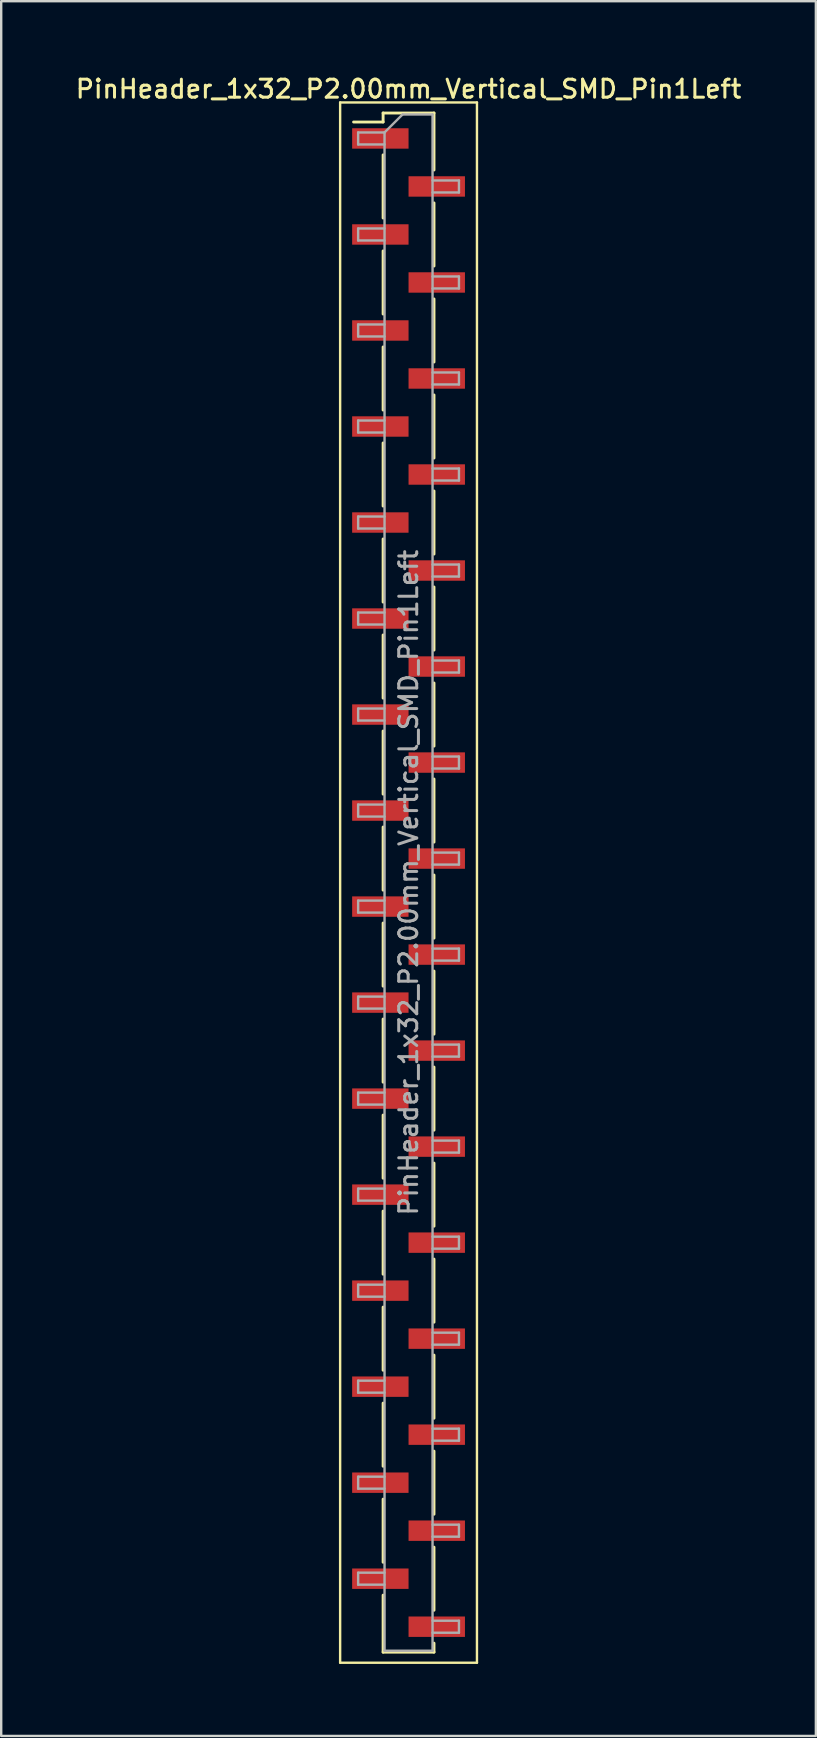
<source format=kicad_pcb>
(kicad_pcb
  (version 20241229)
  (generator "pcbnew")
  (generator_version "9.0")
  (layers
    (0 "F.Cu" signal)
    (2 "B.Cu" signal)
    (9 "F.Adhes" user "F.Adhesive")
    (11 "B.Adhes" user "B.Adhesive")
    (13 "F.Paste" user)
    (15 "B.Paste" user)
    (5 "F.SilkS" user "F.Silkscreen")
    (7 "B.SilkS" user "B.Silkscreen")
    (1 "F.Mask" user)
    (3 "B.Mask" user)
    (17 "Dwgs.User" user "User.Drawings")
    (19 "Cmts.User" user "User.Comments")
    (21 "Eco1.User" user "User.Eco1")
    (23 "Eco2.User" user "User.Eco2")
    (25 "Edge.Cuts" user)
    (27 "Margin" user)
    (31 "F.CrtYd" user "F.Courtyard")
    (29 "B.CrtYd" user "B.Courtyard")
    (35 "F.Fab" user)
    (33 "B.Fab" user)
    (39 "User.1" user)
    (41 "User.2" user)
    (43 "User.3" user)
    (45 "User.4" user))
  (footprint "PinHeader_1x32_P2.00mm_Vertical_SMD_Pin1Left"
    (layer "F.Cu")
    (at 13.97 33.718)
    (property "Reference" "PinHeader_1x32_P2.00mm_Vertical_SMD_Pin1Left" (at 0 -33.06 0) (layer "F.SilkS") (effects (font (size 0.75 0.75) (thickness 0.125))))
    (attr smd)
    (fp_line (start -2.85 -32.5) (end -2.85 32.5) (stroke (width 0.1) (type solid)) (layer "F.SilkS"))
    (fp_line (start -2.85 32.5) (end 2.85 32.5) (stroke (width 0.1) (type solid)) (layer "F.SilkS"))
    (fp_line (start -1.06 -32.06) (end -1.06 -31.685) (stroke (width 0.12) (type solid)) (layer "F.SilkS"))
    (fp_line (start -1.06 -32.06) (end 1.06 -32.06) (stroke (width 0.12) (type solid)) (layer "F.SilkS"))
    (fp_line (start -1.06 -31.685) (end -2.29 -31.685) (stroke (width 0.12) (type solid)) (layer "F.SilkS"))
    (fp_line (start -1.06 -30.315) (end -1.06 -27.685) (stroke (width 0.12) (type solid)) (layer "F.SilkS"))
    (fp_line (start -1.06 -26.315) (end -1.06 -23.685) (stroke (width 0.12) (type solid)) (layer "F.SilkS"))
    (fp_line (start -1.06 -22.315) (end -1.06 -19.685) (stroke (width 0.12) (type solid)) (layer "F.SilkS"))
    (fp_line (start -1.06 -18.315) (end -1.06 -15.685) (stroke (width 0.12) (type solid)) (layer "F.SilkS"))
    (fp_line (start -1.06 -14.315) (end -1.06 -11.685) (stroke (width 0.12) (type solid)) (layer "F.SilkS"))
    (fp_line (start -1.06 -10.315) (end -1.06 -7.685) (stroke (width 0.12) (type solid)) (layer "F.SilkS"))
    (fp_line (start -1.06 -6.315) (end -1.06 -3.685) (stroke (width 0.12) (type solid)) (layer "F.SilkS"))
    (fp_line (start -1.06 -2.315) (end -1.06 0.315) (stroke (width 0.12) (type solid)) (layer "F.SilkS"))
    (fp_line (start -1.06 1.685) (end -1.06 4.315) (stroke (width 0.12) (type solid)) (layer "F.SilkS"))
    (fp_line (start -1.06 5.685) (end -1.06 8.315) (stroke (width 0.12) (type solid)) (layer "F.SilkS"))
    (fp_line (start -1.06 9.685) (end -1.06 12.315) (stroke (width 0.12) (type solid)) (layer "F.SilkS"))
    (fp_line (start -1.06 13.685) (end -1.06 16.315) (stroke (width 0.12) (type solid)) (layer "F.SilkS"))
    (fp_line (start -1.06 17.685) (end -1.06 20.315) (stroke (width 0.12) (type solid)) (layer "F.SilkS"))
    (fp_line (start -1.06 21.685) (end -1.06 24.315) (stroke (width 0.12) (type solid)) (layer "F.SilkS"))
    (fp_line (start -1.06 25.685) (end -1.06 28.315) (stroke (width 0.12) (type solid)) (layer "F.SilkS"))
    (fp_line (start -1.06 29.685) (end -1.06 32.06) (stroke (width 0.12) (type solid)) (layer "F.SilkS"))
    (fp_line (start -1.06 32.06) (end 1.06 32.06) (stroke (width 0.12) (type solid)) (layer "F.SilkS"))
    (fp_line (start 1.06 -32.06) (end 1.06 -29.685) (stroke (width 0.12) (type solid)) (layer "F.SilkS"))
    (fp_line (start 1.06 -28.315) (end 1.06 -25.685) (stroke (width 0.12) (type solid)) (layer "F.SilkS"))
    (fp_line (start 1.06 -24.315) (end 1.06 -21.685) (stroke (width 0.12) (type solid)) (layer "F.SilkS"))
    (fp_line (start 1.06 -20.315) (end 1.06 -17.685) (stroke (width 0.12) (type solid)) (layer "F.SilkS"))
    (fp_line (start 1.06 -16.315) (end 1.06 -13.685) (stroke (width 0.12) (type solid)) (layer "F.SilkS"))
    (fp_line (start 1.06 -12.315) (end 1.06 -9.685) (stroke (width 0.12) (type solid)) (layer "F.SilkS"))
    (fp_line (start 1.06 -8.315) (end 1.06 -5.685) (stroke (width 0.12) (type solid)) (layer "F.SilkS"))
    (fp_line (start 1.06 -4.315) (end 1.06 -1.685) (stroke (width 0.12) (type solid)) (layer "F.SilkS"))
    (fp_line (start 1.06 -0.315) (end 1.06 2.315) (stroke (width 0.12) (type solid)) (layer "F.SilkS"))
    (fp_line (start 1.06 3.685) (end 1.06 6.315) (stroke (width 0.12) (type solid)) (layer "F.SilkS"))
    (fp_line (start 1.06 7.685) (end 1.06 10.315) (stroke (width 0.12) (type solid)) (layer "F.SilkS"))
    (fp_line (start 1.06 11.685) (end 1.06 14.315) (stroke (width 0.12) (type solid)) (layer "F.SilkS"))
    (fp_line (start 1.06 15.685) (end 1.06 18.315) (stroke (width 0.12) (type solid)) (layer "F.SilkS"))
    (fp_line (start 1.06 19.685) (end 1.06 22.315) (stroke (width 0.12) (type solid)) (layer "F.SilkS"))
    (fp_line (start 1.06 23.685) (end 1.06 26.315) (stroke (width 0.12) (type solid)) (layer "F.SilkS"))
    (fp_line (start 1.06 27.685) (end 1.06 30.315) (stroke (width 0.12) (type solid)) (layer "F.SilkS"))
    (fp_line (start 1.06 31.685) (end 1.06 32.06) (stroke (width 0.12) (type solid)) (layer "F.SilkS"))
    (fp_line (start 2.85 -32.5) (end -2.85 -32.5) (stroke (width 0.1) (type solid)) (layer "F.SilkS"))
    (fp_line (start 2.85 32.5) (end 2.85 -32.5) (stroke (width 0.1) (type solid)) (layer "F.SilkS"))
    (fp_line (start -2.1 -31.25) (end -2.1 -30.75) (stroke (width 0.1) (type solid)) (layer "F.Fab"))
    (fp_line (start -2.1 -30.75) (end -1 -30.75) (stroke (width 0.1) (type solid)) (layer "F.Fab"))
    (fp_line (start -2.1 -27.25) (end -2.1 -26.75) (stroke (width 0.1) (type solid)) (layer "F.Fab"))
    (fp_line (start -2.1 -26.75) (end -1 -26.75) (stroke (width 0.1) (type solid)) (layer "F.Fab"))
    (fp_line (start -2.1 -23.25) (end -2.1 -22.75) (stroke (width 0.1) (type solid)) (layer "F.Fab"))
    (fp_line (start -2.1 -22.75) (end -1 -22.75) (stroke (width 0.1) (type solid)) (layer "F.Fab"))
    (fp_line (start -2.1 -19.25) (end -2.1 -18.75) (stroke (width 0.1) (type solid)) (layer "F.Fab"))
    (fp_line (start -2.1 -18.75) (end -1 -18.75) (stroke (width 0.1) (type solid)) (layer "F.Fab"))
    (fp_line (start -2.1 -15.25) (end -2.1 -14.75) (stroke (width 0.1) (type solid)) (layer "F.Fab"))
    (fp_line (start -2.1 -14.75) (end -1 -14.75) (stroke (width 0.1) (type solid)) (layer "F.Fab"))
    (fp_line (start -2.1 -11.25) (end -2.1 -10.75) (stroke (width 0.1) (type solid)) (layer "F.Fab"))
    (fp_line (start -2.1 -10.75) (end -1 -10.75) (stroke (width 0.1) (type solid)) (layer "F.Fab"))
    (fp_line (start -2.1 -7.25) (end -2.1 -6.75) (stroke (width 0.1) (type solid)) (layer "F.Fab"))
    (fp_line (start -2.1 -6.75) (end -1 -6.75) (stroke (width 0.1) (type solid)) (layer "F.Fab"))
    (fp_line (start -2.1 -3.25) (end -2.1 -2.75) (stroke (width 0.1) (type solid)) (layer "F.Fab"))
    (fp_line (start -2.1 -2.75) (end -1 -2.75) (stroke (width 0.1) (type solid)) (layer "F.Fab"))
    (fp_line (start -2.1 0.75) (end -2.1 1.25) (stroke (width 0.1) (type solid)) (layer "F.Fab"))
    (fp_line (start -2.1 1.25) (end -1 1.25) (stroke (width 0.1) (type solid)) (layer "F.Fab"))
    (fp_line (start -2.1 4.75) (end -2.1 5.25) (stroke (width 0.1) (type solid)) (layer "F.Fab"))
    (fp_line (start -2.1 5.25) (end -1 5.25) (stroke (width 0.1) (type solid)) (layer "F.Fab"))
    (fp_line (start -2.1 8.75) (end -2.1 9.25) (stroke (width 0.1) (type solid)) (layer "F.Fab"))
    (fp_line (start -2.1 9.25) (end -1 9.25) (stroke (width 0.1) (type solid)) (layer "F.Fab"))
    (fp_line (start -2.1 12.75) (end -2.1 13.25) (stroke (width 0.1) (type solid)) (layer "F.Fab"))
    (fp_line (start -2.1 13.25) (end -1 13.25) (stroke (width 0.1) (type solid)) (layer "F.Fab"))
    (fp_line (start -2.1 16.75) (end -2.1 17.25) (stroke (width 0.1) (type solid)) (layer "F.Fab"))
    (fp_line (start -2.1 17.25) (end -1 17.25) (stroke (width 0.1) (type solid)) (layer "F.Fab"))
    (fp_line (start -2.1 20.75) (end -2.1 21.25) (stroke (width 0.1) (type solid)) (layer "F.Fab"))
    (fp_line (start -2.1 21.25) (end -1 21.25) (stroke (width 0.1) (type solid)) (layer "F.Fab"))
    (fp_line (start -2.1 24.75) (end -2.1 25.25) (stroke (width 0.1) (type solid)) (layer "F.Fab"))
    (fp_line (start -2.1 25.25) (end -1 25.25) (stroke (width 0.1) (type solid)) (layer "F.Fab"))
    (fp_line (start -2.1 28.75) (end -2.1 29.25) (stroke (width 0.1) (type solid)) (layer "F.Fab"))
    (fp_line (start -2.1 29.25) (end -1 29.25) (stroke (width 0.1) (type solid)) (layer "F.Fab"))
    (fp_line (start -1 -31.25) (end -2.1 -31.25) (stroke (width 0.1) (type solid)) (layer "F.Fab"))
    (fp_line (start -1 -31.25) (end -0.25 -32) (stroke (width 0.1) (type solid)) (layer "F.Fab"))
    (fp_line (start -1 -27.25) (end -2.1 -27.25) (stroke (width 0.1) (type solid)) (layer "F.Fab"))
    (fp_line (start -1 -23.25) (end -2.1 -23.25) (stroke (width 0.1) (type solid)) (layer "F.Fab"))
    (fp_line (start -1 -19.25) (end -2.1 -19.25) (stroke (width 0.1) (type solid)) (layer "F.Fab"))
    (fp_line (start -1 -15.25) (end -2.1 -15.25) (stroke (width 0.1) (type solid)) (layer "F.Fab"))
    (fp_line (start -1 -11.25) (end -2.1 -11.25) (stroke (width 0.1) (type solid)) (layer "F.Fab"))
    (fp_line (start -1 -7.25) (end -2.1 -7.25) (stroke (width 0.1) (type solid)) (layer "F.Fab"))
    (fp_line (start -1 -3.25) (end -2.1 -3.25) (stroke (width 0.1) (type solid)) (layer "F.Fab"))
    (fp_line (start -1 0.75) (end -2.1 0.75) (stroke (width 0.1) (type solid)) (layer "F.Fab"))
    (fp_line (start -1 4.75) (end -2.1 4.75) (stroke (width 0.1) (type solid)) (layer "F.Fab"))
    (fp_line (start -1 8.75) (end -2.1 8.75) (stroke (width 0.1) (type solid)) (layer "F.Fab"))
    (fp_line (start -1 12.75) (end -2.1 12.75) (stroke (width 0.1) (type solid)) (layer "F.Fab"))
    (fp_line (start -1 16.75) (end -2.1 16.75) (stroke (width 0.1) (type solid)) (layer "F.Fab"))
    (fp_line (start -1 20.75) (end -2.1 20.75) (stroke (width 0.1) (type solid)) (layer "F.Fab"))
    (fp_line (start -1 24.75) (end -2.1 24.75) (stroke (width 0.1) (type solid)) (layer "F.Fab"))
    (fp_line (start -1 28.75) (end -2.1 28.75) (stroke (width 0.1) (type solid)) (layer "F.Fab"))
    (fp_line (start -1 32) (end -1 -31.25) (stroke (width 0.1) (type solid)) (layer "F.Fab"))
    (fp_line (start -0.25 -32) (end 1 -32) (stroke (width 0.1) (type solid)) (layer "F.Fab"))
    (fp_line (start 1 -32) (end 1 32) (stroke (width 0.1) (type solid)) (layer "F.Fab"))
    (fp_line (start 1 -29.25) (end 2.1 -29.25) (stroke (width 0.1) (type solid)) (layer "F.Fab"))
    (fp_line (start 1 -25.25) (end 2.1 -25.25) (stroke (width 0.1) (type solid)) (layer "F.Fab"))
    (fp_line (start 1 -21.25) (end 2.1 -21.25) (stroke (width 0.1) (type solid)) (layer "F.Fab"))
    (fp_line (start 1 -17.25) (end 2.1 -17.25) (stroke (width 0.1) (type solid)) (layer "F.Fab"))
    (fp_line (start 1 -13.25) (end 2.1 -13.25) (stroke (width 0.1) (type solid)) (layer "F.Fab"))
    (fp_line (start 1 -9.25) (end 2.1 -9.25) (stroke (width 0.1) (type solid)) (layer "F.Fab"))
    (fp_line (start 1 -5.25) (end 2.1 -5.25) (stroke (width 0.1) (type solid)) (layer "F.Fab"))
    (fp_line (start 1 -1.25) (end 2.1 -1.25) (stroke (width 0.1) (type solid)) (layer "F.Fab"))
    (fp_line (start 1 2.75) (end 2.1 2.75) (stroke (width 0.1) (type solid)) (layer "F.Fab"))
    (fp_line (start 1 6.75) (end 2.1 6.75) (stroke (width 0.1) (type solid)) (layer "F.Fab"))
    (fp_line (start 1 10.75) (end 2.1 10.75) (stroke (width 0.1) (type solid)) (layer "F.Fab"))
    (fp_line (start 1 14.75) (end 2.1 14.75) (stroke (width 0.1) (type solid)) (layer "F.Fab"))
    (fp_line (start 1 18.75) (end 2.1 18.75) (stroke (width 0.1) (type solid)) (layer "F.Fab"))
    (fp_line (start 1 22.75) (end 2.1 22.75) (stroke (width 0.1) (type solid)) (layer "F.Fab"))
    (fp_line (start 1 26.75) (end 2.1 26.75) (stroke (width 0.1) (type solid)) (layer "F.Fab"))
    (fp_line (start 1 30.75) (end 2.1 30.75) (stroke (width 0.1) (type solid)) (layer "F.Fab"))
    (fp_line (start 1 32) (end -1 32) (stroke (width 0.1) (type solid)) (layer "F.Fab"))
    (fp_line (start 2.1 -29.25) (end 2.1 -28.75) (stroke (width 0.1) (type solid)) (layer "F.Fab"))
    (fp_line (start 2.1 -28.75) (end 1 -28.75) (stroke (width 0.1) (type solid)) (layer "F.Fab"))
    (fp_line (start 2.1 -25.25) (end 2.1 -24.75) (stroke (width 0.1) (type solid)) (layer "F.Fab"))
    (fp_line (start 2.1 -24.75) (end 1 -24.75) (stroke (width 0.1) (type solid)) (layer "F.Fab"))
    (fp_line (start 2.1 -21.25) (end 2.1 -20.75) (stroke (width 0.1) (type solid)) (layer "F.Fab"))
    (fp_line (start 2.1 -20.75) (end 1 -20.75) (stroke (width 0.1) (type solid)) (layer "F.Fab"))
    (fp_line (start 2.1 -17.25) (end 2.1 -16.75) (stroke (width 0.1) (type solid)) (layer "F.Fab"))
    (fp_line (start 2.1 -16.75) (end 1 -16.75) (stroke (width 0.1) (type solid)) (layer "F.Fab"))
    (fp_line (start 2.1 -13.25) (end 2.1 -12.75) (stroke (width 0.1) (type solid)) (layer "F.Fab"))
    (fp_line (start 2.1 -12.75) (end 1 -12.75) (stroke (width 0.1) (type solid)) (layer "F.Fab"))
    (fp_line (start 2.1 -9.25) (end 2.1 -8.75) (stroke (width 0.1) (type solid)) (layer "F.Fab"))
    (fp_line (start 2.1 -8.75) (end 1 -8.75) (stroke (width 0.1) (type solid)) (layer "F.Fab"))
    (fp_line (start 2.1 -5.25) (end 2.1 -4.75) (stroke (width 0.1) (type solid)) (layer "F.Fab"))
    (fp_line (start 2.1 -4.75) (end 1 -4.75) (stroke (width 0.1) (type solid)) (layer "F.Fab"))
    (fp_line (start 2.1 -1.25) (end 2.1 -0.75) (stroke (width 0.1) (type solid)) (layer "F.Fab"))
    (fp_line (start 2.1 -0.75) (end 1 -0.75) (stroke (width 0.1) (type solid)) (layer "F.Fab"))
    (fp_line (start 2.1 2.75) (end 2.1 3.25) (stroke (width 0.1) (type solid)) (layer "F.Fab"))
    (fp_line (start 2.1 3.25) (end 1 3.25) (stroke (width 0.1) (type solid)) (layer "F.Fab"))
    (fp_line (start 2.1 6.75) (end 2.1 7.25) (stroke (width 0.1) (type solid)) (layer "F.Fab"))
    (fp_line (start 2.1 7.25) (end 1 7.25) (stroke (width 0.1) (type solid)) (layer "F.Fab"))
    (fp_line (start 2.1 10.75) (end 2.1 11.25) (stroke (width 0.1) (type solid)) (layer "F.Fab"))
    (fp_line (start 2.1 11.25) (end 1 11.25) (stroke (width 0.1) (type solid)) (layer "F.Fab"))
    (fp_line (start 2.1 14.75) (end 2.1 15.25) (stroke (width 0.1) (type solid)) (layer "F.Fab"))
    (fp_line (start 2.1 15.25) (end 1 15.25) (stroke (width 0.1) (type solid)) (layer "F.Fab"))
    (fp_line (start 2.1 18.75) (end 2.1 19.25) (stroke (width 0.1) (type solid)) (layer "F.Fab"))
    (fp_line (start 2.1 19.25) (end 1 19.25) (stroke (width 0.1) (type solid)) (layer "F.Fab"))
    (fp_line (start 2.1 22.75) (end 2.1 23.25) (stroke (width 0.1) (type solid)) (layer "F.Fab"))
    (fp_line (start 2.1 23.25) (end 1 23.25) (stroke (width 0.1) (type solid)) (layer "F.Fab"))
    (fp_line (start 2.1 26.75) (end 2.1 27.25) (stroke (width 0.1) (type solid)) (layer "F.Fab"))
    (fp_line (start 2.1 27.25) (end 1 27.25) (stroke (width 0.1) (type solid)) (layer "F.Fab"))
    (fp_line (start 2.1 30.75) (end 2.1 31.25) (stroke (width 0.1) (type solid)) (layer "F.Fab"))
    (fp_line (start 2.1 31.25) (end 1 31.25) (stroke (width 0.1) (type solid)) (layer "F.Fab"))
    (fp_text user "${REFERENCE}" (at 0 0 90) (layer "F.Fab") (effects (font (size 0.75 0.75) (thickness 0.125))))
    (pad "1" smd rect (at -1.175 -31) (size 2.35 0.85) (layers "F.Cu" "F.Mask" "F.Paste"))
    (pad "2" smd rect (at 1.175 -29) (size 2.35 0.85) (layers "F.Cu" "F.Mask" "F.Paste"))
    (pad "3" smd rect (at -1.175 -27) (size 2.35 0.85) (layers "F.Cu" "F.Mask" "F.Paste"))
    (pad "4" smd rect (at 1.175 -25) (size 2.35 0.85) (layers "F.Cu" "F.Mask" "F.Paste"))
    (pad "5" smd rect (at -1.175 -23) (size 2.35 0.85) (layers "F.Cu" "F.Mask" "F.Paste"))
    (pad "6" smd rect (at 1.175 -21) (size 2.35 0.85) (layers "F.Cu" "F.Mask" "F.Paste"))
    (pad "7" smd rect (at -1.175 -19) (size 2.35 0.85) (layers "F.Cu" "F.Mask" "F.Paste"))
    (pad "8" smd rect (at 1.175 -17) (size 2.35 0.85) (layers "F.Cu" "F.Mask" "F.Paste"))
    (pad "9" smd rect (at -1.175 -15) (size 2.35 0.85) (layers "F.Cu" "F.Mask" "F.Paste"))
    (pad "10" smd rect (at 1.175 -13) (size 2.35 0.85) (layers "F.Cu" "F.Mask" "F.Paste"))
    (pad "11" smd rect (at -1.175 -11) (size 2.35 0.85) (layers "F.Cu" "F.Mask" "F.Paste"))
    (pad "12" smd rect (at 1.175 -9) (size 2.35 0.85) (layers "F.Cu" "F.Mask" "F.Paste"))
    (pad "13" smd rect (at -1.175 -7) (size 2.35 0.85) (layers "F.Cu" "F.Mask" "F.Paste"))
    (pad "14" smd rect (at 1.175 -5) (size 2.35 0.85) (layers "F.Cu" "F.Mask" "F.Paste"))
    (pad "15" smd rect (at -1.175 -3) (size 2.35 0.85) (layers "F.Cu" "F.Mask" "F.Paste"))
    (pad "16" smd rect (at 1.175 -1) (size 2.35 0.85) (layers "F.Cu" "F.Mask" "F.Paste"))
    (pad "17" smd rect (at -1.175 1) (size 2.35 0.85) (layers "F.Cu" "F.Mask" "F.Paste"))
    (pad "18" smd rect (at 1.175 3) (size 2.35 0.85) (layers "F.Cu" "F.Mask" "F.Paste"))
    (pad "19" smd rect (at -1.175 5) (size 2.35 0.85) (layers "F.Cu" "F.Mask" "F.Paste"))
    (pad "20" smd rect (at 1.175 7) (size 2.35 0.85) (layers "F.Cu" "F.Mask" "F.Paste"))
    (pad "21" smd rect (at -1.175 9) (size 2.35 0.85) (layers "F.Cu" "F.Mask" "F.Paste"))
    (pad "22" smd rect (at 1.175 11) (size 2.35 0.85) (layers "F.Cu" "F.Mask" "F.Paste"))
    (pad "23" smd rect (at -1.175 13) (size 2.35 0.85) (layers "F.Cu" "F.Mask" "F.Paste"))
    (pad "24" smd rect (at 1.175 15) (size 2.35 0.85) (layers "F.Cu" "F.Mask" "F.Paste"))
    (pad "25" smd rect (at -1.175 17) (size 2.35 0.85) (layers "F.Cu" "F.Mask" "F.Paste"))
    (pad "26" smd rect (at 1.175 19) (size 2.35 0.85) (layers "F.Cu" "F.Mask" "F.Paste"))
    (pad "27" smd rect (at -1.175 21) (size 2.35 0.85) (layers "F.Cu" "F.Mask" "F.Paste"))
    (pad "28" smd rect (at 1.175 23) (size 2.35 0.85) (layers "F.Cu" "F.Mask" "F.Paste"))
    (pad "29" smd rect (at -1.175 25) (size 2.35 0.85) (layers "F.Cu" "F.Mask" "F.Paste"))
    (pad "30" smd rect (at 1.175 27) (size 2.35 0.85) (layers "F.Cu" "F.Mask" "F.Paste"))
    (pad "31" smd rect (at -1.175 29) (size 2.35 0.85) (layers "F.Cu" "F.Mask" "F.Paste"))
    (pad "32" smd rect (at 1.175 31) (size 2.35 0.85) (layers "F.Cu" "F.Mask" "F.Paste")))
  (gr_rect
    (start -3 -3)
    (end 30.939 69.268)
    (stroke (width 0.1) (type default))
    (fill no)
    (layer "Edge.Cuts")))
</source>
